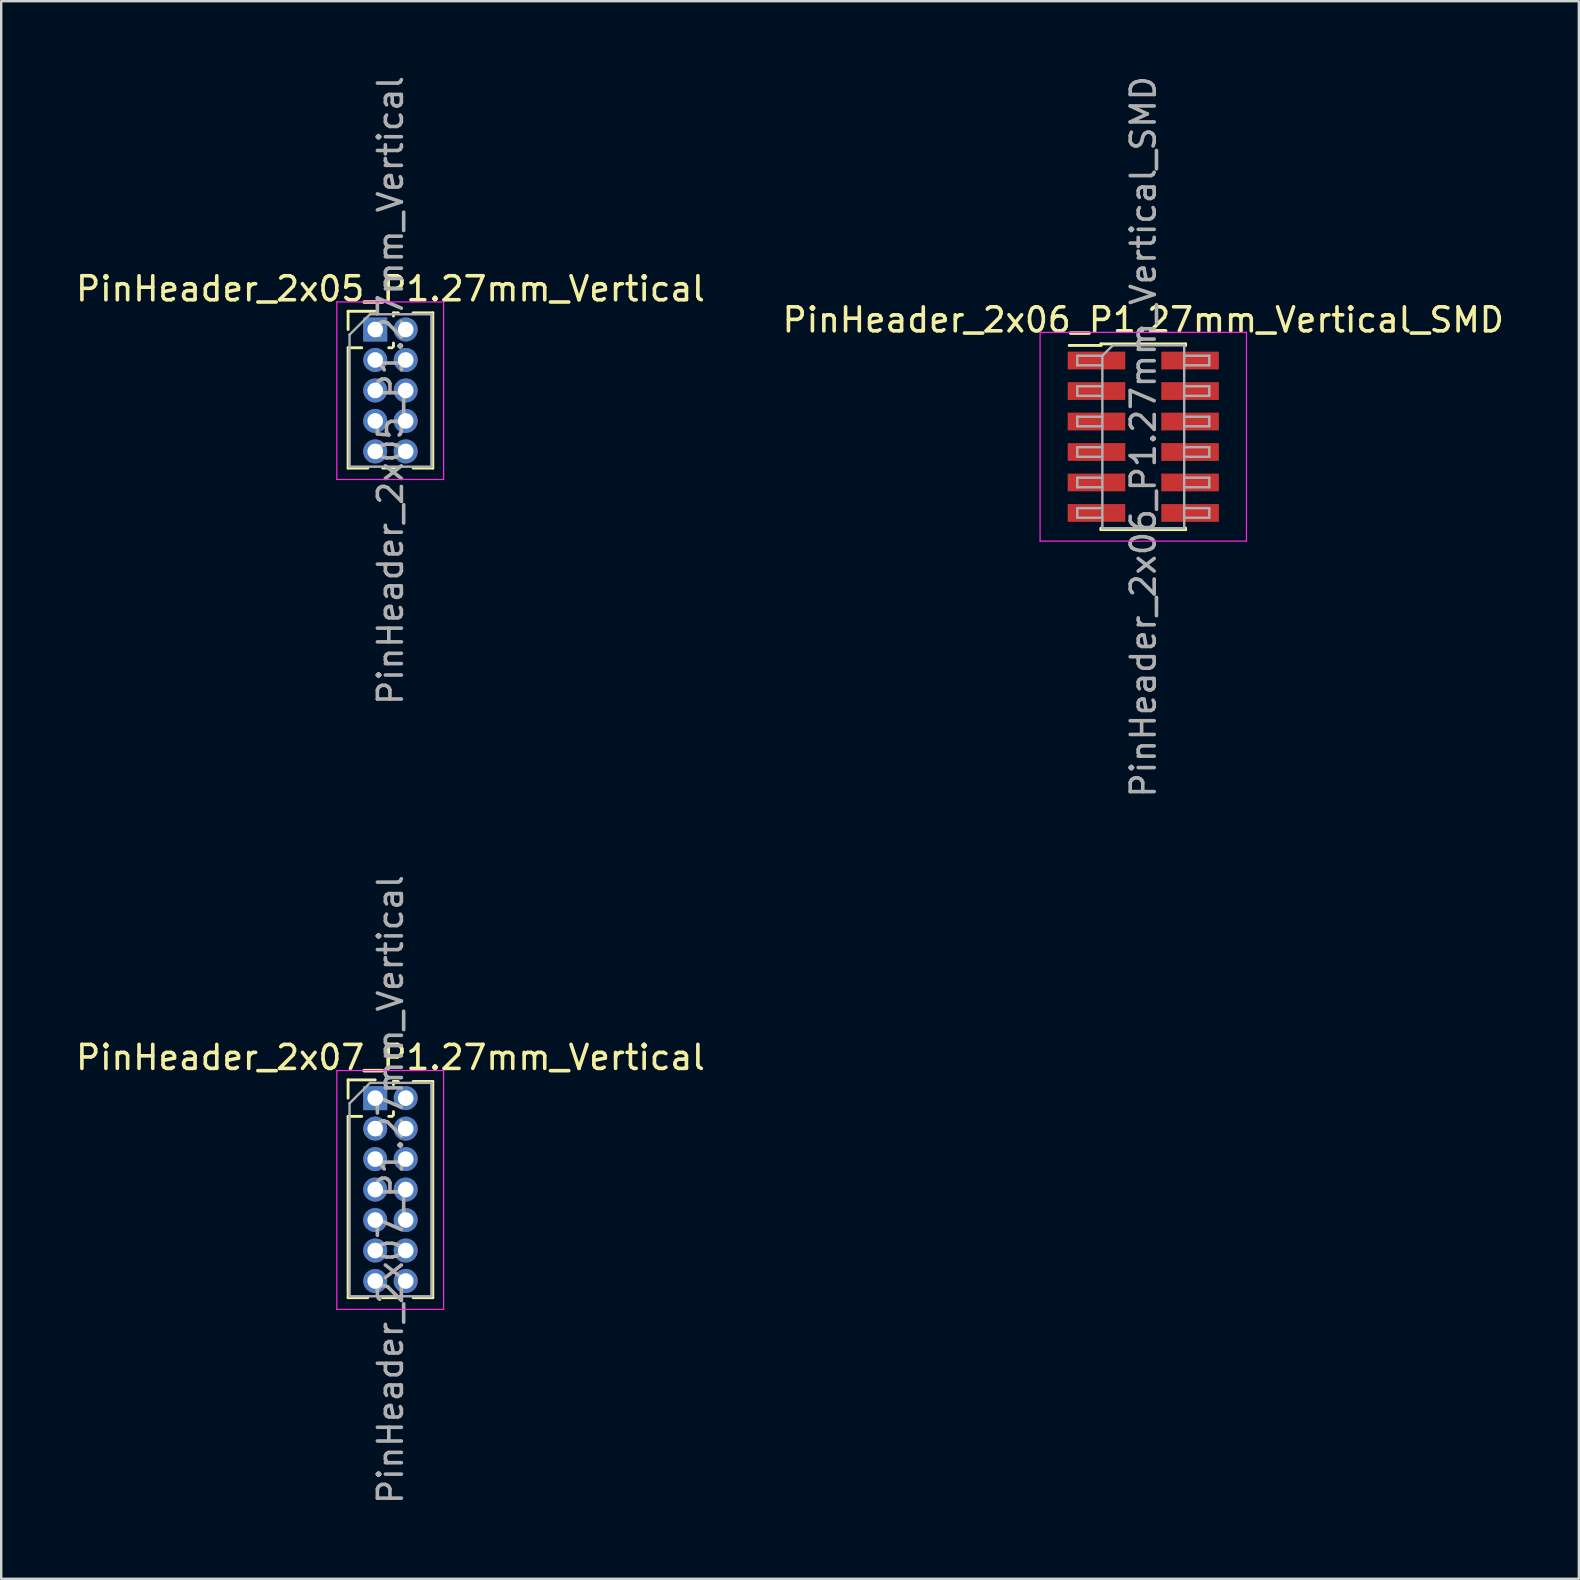
<source format=kicad_pcb>
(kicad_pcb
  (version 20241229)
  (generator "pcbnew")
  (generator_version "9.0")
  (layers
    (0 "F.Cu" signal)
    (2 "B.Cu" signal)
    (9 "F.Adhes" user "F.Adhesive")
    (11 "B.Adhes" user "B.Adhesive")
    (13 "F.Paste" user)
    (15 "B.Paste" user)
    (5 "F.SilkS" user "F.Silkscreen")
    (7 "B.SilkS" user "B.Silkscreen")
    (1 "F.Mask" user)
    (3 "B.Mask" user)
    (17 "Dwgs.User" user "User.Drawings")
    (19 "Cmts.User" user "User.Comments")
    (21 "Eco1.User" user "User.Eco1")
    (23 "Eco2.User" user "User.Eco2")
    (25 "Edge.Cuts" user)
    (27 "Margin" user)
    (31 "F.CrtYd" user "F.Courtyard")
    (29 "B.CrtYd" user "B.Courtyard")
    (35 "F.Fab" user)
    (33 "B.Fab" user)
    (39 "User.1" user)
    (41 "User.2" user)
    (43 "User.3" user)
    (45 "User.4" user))
  (footprint "PinHeader_2x06_P1.27mm_Vertical_SMD"
    (layer "F.Cu")
    (at 44.589 15.149)
    (property "Reference" "PinHeader_2x06_P1.27mm_Vertical_SMD" (at 0 -4.87 0) (layer "F.SilkS") (effects (font (size 1 1) (thickness 0.15))))
    (attr smd)
    (fp_line (start -3.09 -3.805) (end -1.765 -3.805) (stroke (width 0.12) (type solid)) (layer "F.SilkS"))
    (fp_line (start -1.765 -3.87) (end -1.765 -3.805) (stroke (width 0.12) (type solid)) (layer "F.SilkS"))
    (fp_line (start -1.765 -3.87) (end 1.765 -3.87) (stroke (width 0.12) (type solid)) (layer "F.SilkS"))
    (fp_line (start -1.765 3.805) (end -1.765 3.87) (stroke (width 0.12) (type solid)) (layer "F.SilkS"))
    (fp_line (start -1.765 3.87) (end 1.765 3.87) (stroke (width 0.12) (type solid)) (layer "F.SilkS"))
    (fp_line (start 1.765 -3.87) (end 1.765 -3.805) (stroke (width 0.12) (type solid)) (layer "F.SilkS"))
    (fp_line (start 1.765 3.805) (end 1.765 3.87) (stroke (width 0.12) (type solid)) (layer "F.SilkS"))
    (fp_line (start -4.3 -4.35) (end -4.3 4.35) (stroke (width 0.05) (type solid)) (layer "F.CrtYd"))
    (fp_line (start -4.3 4.35) (end 4.3 4.35) (stroke (width 0.05) (type solid)) (layer "F.CrtYd"))
    (fp_line (start 4.3 -4.35) (end -4.3 -4.35) (stroke (width 0.05) (type solid)) (layer "F.CrtYd"))
    (fp_line (start 4.3 4.35) (end 4.3 -4.35) (stroke (width 0.05) (type solid)) (layer "F.CrtYd"))
    (fp_line (start -2.75 -3.375) (end -2.75 -2.975) (stroke (width 0.1) (type solid)) (layer "F.Fab"))
    (fp_line (start -2.75 -2.975) (end -1.705 -2.975) (stroke (width 0.1) (type solid)) (layer "F.Fab"))
    (fp_line (start -2.75 -2.105) (end -2.75 -1.705) (stroke (width 0.1) (type solid)) (layer "F.Fab"))
    (fp_line (start -2.75 -1.705) (end -1.705 -1.705) (stroke (width 0.1) (type solid)) (layer "F.Fab"))
    (fp_line (start -2.75 -0.835) (end -2.75 -0.435) (stroke (width 0.1) (type solid)) (layer "F.Fab"))
    (fp_line (start -2.75 -0.435) (end -1.705 -0.435) (stroke (width 0.1) (type solid)) (layer "F.Fab"))
    (fp_line (start -2.75 0.435) (end -2.75 0.835) (stroke (width 0.1) (type solid)) (layer "F.Fab"))
    (fp_line (start -2.75 0.835) (end -1.705 0.835) (stroke (width 0.1) (type solid)) (layer "F.Fab"))
    (fp_line (start -2.75 1.705) (end -2.75 2.105) (stroke (width 0.1) (type solid)) (layer "F.Fab"))
    (fp_line (start -2.75 2.105) (end -1.705 2.105) (stroke (width 0.1) (type solid)) (layer "F.Fab"))
    (fp_line (start -2.75 2.975) (end -2.75 3.375) (stroke (width 0.1) (type solid)) (layer "F.Fab"))
    (fp_line (start -2.75 3.375) (end -1.705 3.375) (stroke (width 0.1) (type solid)) (layer "F.Fab"))
    (fp_line (start -1.705 -3.375) (end -2.75 -3.375) (stroke (width 0.1) (type solid)) (layer "F.Fab"))
    (fp_line (start -1.705 -3.375) (end -1.27 -3.81) (stroke (width 0.1) (type solid)) (layer "F.Fab"))
    (fp_line (start -1.705 -2.105) (end -2.75 -2.105) (stroke (width 0.1) (type solid)) (layer "F.Fab"))
    (fp_line (start -1.705 -0.835) (end -2.75 -0.835) (stroke (width 0.1) (type solid)) (layer "F.Fab"))
    (fp_line (start -1.705 0.435) (end -2.75 0.435) (stroke (width 0.1) (type solid)) (layer "F.Fab"))
    (fp_line (start -1.705 1.705) (end -2.75 1.705) (stroke (width 0.1) (type solid)) (layer "F.Fab"))
    (fp_line (start -1.705 2.975) (end -2.75 2.975) (stroke (width 0.1) (type solid)) (layer "F.Fab"))
    (fp_line (start -1.705 3.81) (end -1.705 -3.375) (stroke (width 0.1) (type solid)) (layer "F.Fab"))
    (fp_line (start -1.27 -3.81) (end 1.705 -3.81) (stroke (width 0.1) (type solid)) (layer "F.Fab"))
    (fp_line (start 1.705 -3.81) (end 1.705 3.81) (stroke (width 0.1) (type solid)) (layer "F.Fab"))
    (fp_line (start 1.705 -3.375) (end 2.75 -3.375) (stroke (width 0.1) (type solid)) (layer "F.Fab"))
    (fp_line (start 1.705 -2.105) (end 2.75 -2.105) (stroke (width 0.1) (type solid)) (layer "F.Fab"))
    (fp_line (start 1.705 -0.835) (end 2.75 -0.835) (stroke (width 0.1) (type solid)) (layer "F.Fab"))
    (fp_line (start 1.705 0.435) (end 2.75 0.435) (stroke (width 0.1) (type solid)) (layer "F.Fab"))
    (fp_line (start 1.705 1.705) (end 2.75 1.705) (stroke (width 0.1) (type solid)) (layer "F.Fab"))
    (fp_line (start 1.705 2.975) (end 2.75 2.975) (stroke (width 0.1) (type solid)) (layer "F.Fab"))
    (fp_line (start 1.705 3.81) (end -1.705 3.81) (stroke (width 0.1) (type solid)) (layer "F.Fab"))
    (fp_line (start 2.75 -3.375) (end 2.75 -2.975) (stroke (width 0.1) (type solid)) (layer "F.Fab"))
    (fp_line (start 2.75 -2.975) (end 1.705 -2.975) (stroke (width 0.1) (type solid)) (layer "F.Fab"))
    (fp_line (start 2.75 -2.105) (end 2.75 -1.705) (stroke (width 0.1) (type solid)) (layer "F.Fab"))
    (fp_line (start 2.75 -1.705) (end 1.705 -1.705) (stroke (width 0.1) (type solid)) (layer "F.Fab"))
    (fp_line (start 2.75 -0.835) (end 2.75 -0.435) (stroke (width 0.1) (type solid)) (layer "F.Fab"))
    (fp_line (start 2.75 -0.435) (end 1.705 -0.435) (stroke (width 0.1) (type solid)) (layer "F.Fab"))
    (fp_line (start 2.75 0.435) (end 2.75 0.835) (stroke (width 0.1) (type solid)) (layer "F.Fab"))
    (fp_line (start 2.75 0.835) (end 1.705 0.835) (stroke (width 0.1) (type solid)) (layer "F.Fab"))
    (fp_line (start 2.75 1.705) (end 2.75 2.105) (stroke (width 0.1) (type solid)) (layer "F.Fab"))
    (fp_line (start 2.75 2.105) (end 1.705 2.105) (stroke (width 0.1) (type solid)) (layer "F.Fab"))
    (fp_line (start 2.75 2.975) (end 2.75 3.375) (stroke (width 0.1) (type solid)) (layer "F.Fab"))
    (fp_line (start 2.75 3.375) (end 1.705 3.375) (stroke (width 0.1) (type solid)) (layer "F.Fab"))
    (fp_text user "${REFERENCE}" (at 0 0 90) (layer "F.Fab") (effects (font (size 1 1) (thickness 0.15))))
    (pad "1" smd rect (at -1.95 -3.175) (size 2.4 0.74) (layers "F.Cu" "F.Mask" "F.Paste"))
    (pad "2" smd rect (at 1.95 -3.175) (size 2.4 0.74) (layers "F.Cu" "F.Mask" "F.Paste"))
    (pad "3" smd rect (at -1.95 -1.905) (size 2.4 0.74) (layers "F.Cu" "F.Mask" "F.Paste"))
    (pad "4" smd rect (at 1.95 -1.905) (size 2.4 0.74) (layers "F.Cu" "F.Mask" "F.Paste"))
    (pad "5" smd rect (at -1.95 -0.635) (size 2.4 0.74) (layers "F.Cu" "F.Mask" "F.Paste"))
    (pad "6" smd rect (at 1.95 -0.635) (size 2.4 0.74) (layers "F.Cu" "F.Mask" "F.Paste"))
    (pad "7" smd rect (at -1.95 0.635) (size 2.4 0.74) (layers "F.Cu" "F.Mask" "F.Paste"))
    (pad "8" smd rect (at 1.95 0.635) (size 2.4 0.74) (layers "F.Cu" "F.Mask" "F.Paste"))
    (pad "9" smd rect (at -1.95 1.905) (size 2.4 0.74) (layers "F.Cu" "F.Mask" "F.Paste"))
    (pad "10" smd rect (at 1.95 1.905) (size 2.4 0.74) (layers "F.Cu" "F.Mask" "F.Paste"))
    (pad "11" smd rect (at -1.95 3.175) (size 2.4 0.74) (layers "F.Cu" "F.Mask" "F.Paste"))
    (pad "12" smd rect (at 1.95 3.175) (size 2.4 0.74) (layers "F.Cu" "F.Mask" "F.Paste")))
  (footprint "PinHeader_2x05_P1.27mm_Vertical"
    (layer "F.Cu")
    (at 12.585 10.68)
    (property "Reference" "PinHeader_2x05_P1.27mm_Vertical" (at 0.635 -1.695 0) (layer "F.SilkS") (effects (font (size 1 1) (thickness 0.15))))
    (attr through_hole)
    (fp_line (start -1.13 -0.76) (end 0 -0.76) (stroke (width 0.12) (type solid)) (layer "F.SilkS"))
    (fp_line (start -1.13 0) (end -1.13 -0.76) (stroke (width 0.12) (type solid)) (layer "F.SilkS"))
    (fp_line (start -1.13 0.76) (end -1.13 5.775) (stroke (width 0.12) (type solid)) (layer "F.SilkS"))
    (fp_line (start -1.13 0.76) (end -0.563 0.76) (stroke (width 0.12) (type solid)) (layer "F.SilkS"))
    (fp_line (start -1.13 5.775) (end -0.308 5.775) (stroke (width 0.12) (type solid)) (layer "F.SilkS"))
    (fp_line (start 0.308 5.775) (end 0.962 5.775) (stroke (width 0.12) (type solid)) (layer "F.SilkS"))
    (fp_line (start 0.563 0.76) (end 0.707 0.76) (stroke (width 0.12) (type solid)) (layer "F.SilkS"))
    (fp_line (start 0.76 -0.695) (end 0.962 -0.695) (stroke (width 0.12) (type solid)) (layer "F.SilkS"))
    (fp_line (start 0.76 -0.563) (end 0.76 -0.695) (stroke (width 0.12) (type solid)) (layer "F.SilkS"))
    (fp_line (start 0.76 0.707) (end 0.76 0.563) (stroke (width 0.12) (type solid)) (layer "F.SilkS"))
    (fp_line (start 1.578 -0.695) (end 2.4 -0.695) (stroke (width 0.12) (type solid)) (layer "F.SilkS"))
    (fp_line (start 1.578 5.775) (end 2.4 5.775) (stroke (width 0.12) (type solid)) (layer "F.SilkS"))
    (fp_line (start 2.4 -0.695) (end 2.4 5.775) (stroke (width 0.12) (type solid)) (layer "F.SilkS"))
    (fp_line (start -1.6 -1.15) (end -1.6 6.25) (stroke (width 0.05) (type solid)) (layer "F.CrtYd"))
    (fp_line (start -1.6 6.25) (end 2.85 6.25) (stroke (width 0.05) (type solid)) (layer "F.CrtYd"))
    (fp_line (start 2.85 -1.15) (end -1.6 -1.15) (stroke (width 0.05) (type solid)) (layer "F.CrtYd"))
    (fp_line (start 2.85 6.25) (end 2.85 -1.15) (stroke (width 0.05) (type solid)) (layer "F.CrtYd"))
    (fp_line (start -1.07 0.217) (end -0.217 -0.635) (stroke (width 0.1) (type solid)) (layer "F.Fab"))
    (fp_line (start -1.07 5.715) (end -1.07 0.217) (stroke (width 0.1) (type solid)) (layer "F.Fab"))
    (fp_line (start -0.217 -0.635) (end 2.34 -0.635) (stroke (width 0.1) (type solid)) (layer "F.Fab"))
    (fp_line (start 2.34 -0.635) (end 2.34 5.715) (stroke (width 0.1) (type solid)) (layer "F.Fab"))
    (fp_line (start 2.34 5.715) (end -1.07 5.715) (stroke (width 0.1) (type solid)) (layer "F.Fab"))
    (fp_text user "${REFERENCE}" (at 0.635 2.54 90) (layer "F.Fab") (effects (font (size 1 1) (thickness 0.15))))
    (pad "1" thru_hole rect (at 0 0) (size 1 1) (drill 0.65) (layers "*.Cu" "*.Mask"))
    (pad "2" thru_hole oval (at 1.27 0) (size 1 1) (drill 0.65) (layers "*.Cu" "*.Mask"))
    (pad "3" thru_hole oval (at 0 1.27) (size 1 1) (drill 0.65) (layers "*.Cu" "*.Mask"))
    (pad "4" thru_hole oval (at 1.27 1.27) (size 1 1) (drill 0.65) (layers "*.Cu" "*.Mask"))
    (pad "5" thru_hole oval (at 0 2.54) (size 1 1) (drill 0.65) (layers "*.Cu" "*.Mask"))
    (pad "6" thru_hole oval (at 1.27 2.54) (size 1 1) (drill 0.65) (layers "*.Cu" "*.Mask"))
    (pad "7" thru_hole oval (at 0 3.81) (size 1 1) (drill 0.65) (layers "*.Cu" "*.Mask"))
    (pad "8" thru_hole oval (at 1.27 3.81) (size 1 1) (drill 0.65) (layers "*.Cu" "*.Mask"))
    (pad "9" thru_hole oval (at 0 5.08) (size 1 1) (drill 0.65) (layers "*.Cu" "*.Mask"))
    (pad "10" thru_hole oval (at 1.27 5.08) (size 1 1) (drill 0.65) (layers "*.Cu" "*.Mask")))
  (footprint "PinHeader_2x07_P1.27mm_Vertical"
    (layer "F.Cu")
    (at 12.585 42.708)
    (property "Reference" "PinHeader_2x07_P1.27mm_Vertical" (at 0.635 -1.695 0) (layer "F.SilkS") (effects (font (size 1 1) (thickness 0.15))))
    (attr through_hole)
    (fp_line (start -1.13 -0.76) (end 0 -0.76) (stroke (width 0.12) (type solid)) (layer "F.SilkS"))
    (fp_line (start -1.13 0) (end -1.13 -0.76) (stroke (width 0.12) (type solid)) (layer "F.SilkS"))
    (fp_line (start -1.13 0.76) (end -1.13 8.315) (stroke (width 0.12) (type solid)) (layer "F.SilkS"))
    (fp_line (start -1.13 0.76) (end -0.563 0.76) (stroke (width 0.12) (type solid)) (layer "F.SilkS"))
    (fp_line (start -1.13 8.315) (end -0.308 8.315) (stroke (width 0.12) (type solid)) (layer "F.SilkS"))
    (fp_line (start 0.308 8.315) (end 0.962 8.315) (stroke (width 0.12) (type solid)) (layer "F.SilkS"))
    (fp_line (start 0.563 0.76) (end 0.707 0.76) (stroke (width 0.12) (type solid)) (layer "F.SilkS"))
    (fp_line (start 0.76 -0.695) (end 0.962 -0.695) (stroke (width 0.12) (type solid)) (layer "F.SilkS"))
    (fp_line (start 0.76 -0.563) (end 0.76 -0.695) (stroke (width 0.12) (type solid)) (layer "F.SilkS"))
    (fp_line (start 0.76 0.707) (end 0.76 0.563) (stroke (width 0.12) (type solid)) (layer "F.SilkS"))
    (fp_line (start 1.578 -0.695) (end 2.4 -0.695) (stroke (width 0.12) (type solid)) (layer "F.SilkS"))
    (fp_line (start 1.578 8.315) (end 2.4 8.315) (stroke (width 0.12) (type solid)) (layer "F.SilkS"))
    (fp_line (start 2.4 -0.695) (end 2.4 8.315) (stroke (width 0.12) (type solid)) (layer "F.SilkS"))
    (fp_line (start -1.6 -1.15) (end -1.6 8.8) (stroke (width 0.05) (type solid)) (layer "F.CrtYd"))
    (fp_line (start -1.6 8.8) (end 2.85 8.8) (stroke (width 0.05) (type solid)) (layer "F.CrtYd"))
    (fp_line (start 2.85 -1.15) (end -1.6 -1.15) (stroke (width 0.05) (type solid)) (layer "F.CrtYd"))
    (fp_line (start 2.85 8.8) (end 2.85 -1.15) (stroke (width 0.05) (type solid)) (layer "F.CrtYd"))
    (fp_line (start -1.07 0.217) (end -0.217 -0.635) (stroke (width 0.1) (type solid)) (layer "F.Fab"))
    (fp_line (start -1.07 8.255) (end -1.07 0.217) (stroke (width 0.1) (type solid)) (layer "F.Fab"))
    (fp_line (start -0.217 -0.635) (end 2.34 -0.635) (stroke (width 0.1) (type solid)) (layer "F.Fab"))
    (fp_line (start 2.34 -0.635) (end 2.34 8.255) (stroke (width 0.1) (type solid)) (layer "F.Fab"))
    (fp_line (start 2.34 8.255) (end -1.07 8.255) (stroke (width 0.1) (type solid)) (layer "F.Fab"))
    (fp_text user "${REFERENCE}" (at 0.635 3.81 90) (layer "F.Fab") (effects (font (size 1 1) (thickness 0.15))))
    (pad "1" thru_hole rect (at 0 0) (size 1 1) (drill 0.65) (layers "*.Cu" "*.Mask"))
    (pad "2" thru_hole oval (at 1.27 0) (size 1 1) (drill 0.65) (layers "*.Cu" "*.Mask"))
    (pad "3" thru_hole oval (at 0 1.27) (size 1 1) (drill 0.65) (layers "*.Cu" "*.Mask"))
    (pad "4" thru_hole oval (at 1.27 1.27) (size 1 1) (drill 0.65) (layers "*.Cu" "*.Mask"))
    (pad "5" thru_hole oval (at 0 2.54) (size 1 1) (drill 0.65) (layers "*.Cu" "*.Mask"))
    (pad "6" thru_hole oval (at 1.27 2.54) (size 1 1) (drill 0.65) (layers "*.Cu" "*.Mask"))
    (pad "7" thru_hole oval (at 0 3.81) (size 1 1) (drill 0.65) (layers "*.Cu" "*.Mask"))
    (pad "8" thru_hole oval (at 1.27 3.81) (size 1 1) (drill 0.65) (layers "*.Cu" "*.Mask"))
    (pad "9" thru_hole oval (at 0 5.08) (size 1 1) (drill 0.65) (layers "*.Cu" "*.Mask"))
    (pad "10" thru_hole oval (at 1.27 5.08) (size 1 1) (drill 0.65) (layers "*.Cu" "*.Mask"))
    (pad "11" thru_hole oval (at 0 6.35) (size 1 1) (drill 0.65) (layers "*.Cu" "*.Mask"))
    (pad "12" thru_hole oval (at 1.27 6.35) (size 1 1) (drill 0.65) (layers "*.Cu" "*.Mask"))
    (pad "13" thru_hole oval (at 0 7.62) (size 1 1) (drill 0.65) (layers "*.Cu" "*.Mask"))
    (pad "14" thru_hole oval (at 1.27 7.62) (size 1 1) (drill 0.65) (layers "*.Cu" "*.Mask")))
  (gr_rect
    (start -3 -3)
    (end 62.738 62.738)
    (stroke (width 0.1) (type default))
    (fill no)
    (layer "Edge.Cuts")))
</source>
